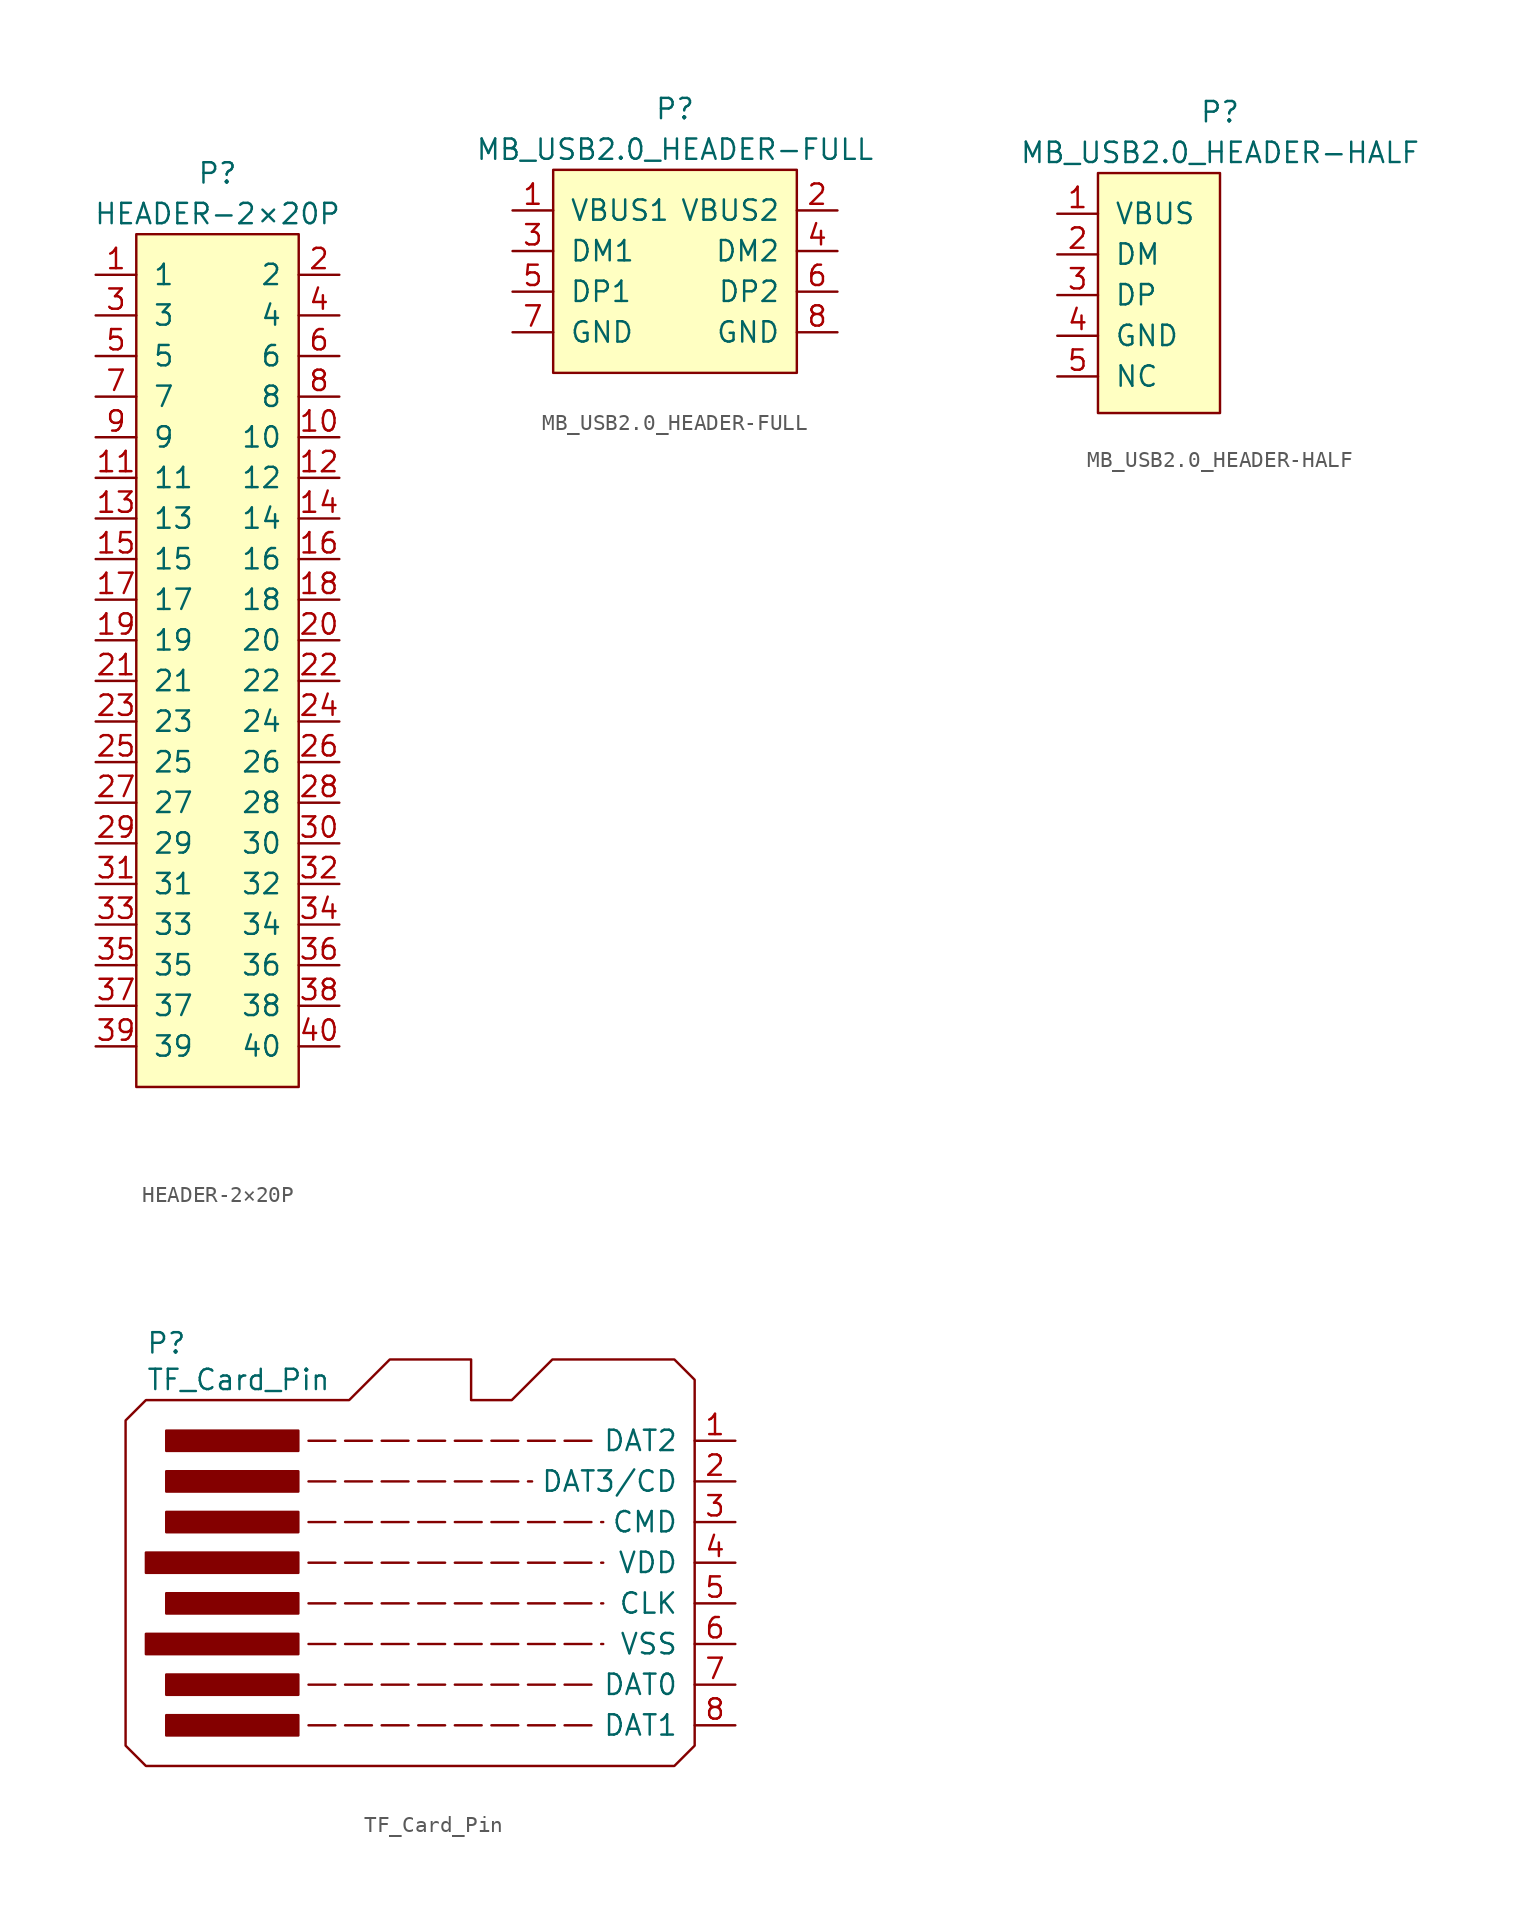
<source format=kicad_sym>
(kicad_symbol_lib
  (version 20231120)
  (generator "kicad_symbol_editor")
  (generator_version "8.0")
  (symbol "HEADER-2×20P"
    (pin_names
      (offset 1.016))
    (property "Reference" "P"
      (at 0 30.48 0)
      (effects (font (size 1.27 1.27))))
    (property "Value" "HEADER-2×20P"
      (at 0 27.94 0)
      (effects (font (size 1.27 1.27))))
    (symbol "HEADER-2×20P_0_1"
      (rectangle (start -5.08 26.67) (end 5.08 -26.67) (stroke (width 0) (type default)) (fill (type background))))
    (symbol "HEADER-2×20P_1_1"
      (pin passive line (at -7.62 24.13 0) (length 2.54) (name "1" (effects (font (size 1.27 1.27)))) (number "1" (effects (font (size 1.27 1.27)))))
      (pin passive line (at 7.62 13.97 180) (length 2.54) (name "10" (effects (font (size 1.27 1.27)))) (number "10" (effects (font (size 1.27 1.27)))))
      (pin passive line (at -7.62 11.43 0) (length 2.54) (name "11" (effects (font (size 1.27 1.27)))) (number "11" (effects (font (size 1.27 1.27)))))
      (pin passive line (at 7.62 11.43 180) (length 2.54) (name "12" (effects (font (size 1.27 1.27)))) (number "12" (effects (font (size 1.27 1.27)))))
      (pin passive line (at -7.62 8.89 0) (length 2.54) (name "13" (effects (font (size 1.27 1.27)))) (number "13" (effects (font (size 1.27 1.27)))))
      (pin passive line (at 7.62 8.89 180) (length 2.54) (name "14" (effects (font (size 1.27 1.27)))) (number "14" (effects (font (size 1.27 1.27)))))
      (pin passive line (at -7.62 6.35 0) (length 2.54) (name "15" (effects (font (size 1.27 1.27)))) (number "15" (effects (font (size 1.27 1.27)))))
      (pin passive line (at 7.62 6.35 180) (length 2.54) (name "16" (effects (font (size 1.27 1.27)))) (number "16" (effects (font (size 1.27 1.27)))))
      (pin passive line (at -7.62 3.81 0) (length 2.54) (name "17" (effects (font (size 1.27 1.27)))) (number "17" (effects (font (size 1.27 1.27)))))
      (pin passive line (at 7.62 3.81 180) (length 2.54) (name "18" (effects (font (size 1.27 1.27)))) (number "18" (effects (font (size 1.27 1.27)))))
      (pin passive line (at -7.62 1.27 0) (length 2.54) (name "19" (effects (font (size 1.27 1.27)))) (number "19" (effects (font (size 1.27 1.27)))))
      (pin passive line (at 7.62 24.13 180) (length 2.54) (name "2" (effects (font (size 1.27 1.27)))) (number "2" (effects (font (size 1.27 1.27)))))
      (pin passive line (at 7.62 1.27 180) (length 2.54) (name "20" (effects (font (size 1.27 1.27)))) (number "20" (effects (font (size 1.27 1.27)))))
      (pin passive line (at -7.62 -1.27 0) (length 2.54) (name "21" (effects (font (size 1.27 1.27)))) (number "21" (effects (font (size 1.27 1.27)))))
      (pin passive line (at 7.62 -1.27 180) (length 2.54) (name "22" (effects (font (size 1.27 1.27)))) (number "22" (effects (font (size 1.27 1.27)))))
      (pin passive line (at -7.62 -3.81 0) (length 2.54) (name "23" (effects (font (size 1.27 1.27)))) (number "23" (effects (font (size 1.27 1.27)))))
      (pin passive line (at 7.62 -3.81 180) (length 2.54) (name "24" (effects (font (size 1.27 1.27)))) (number "24" (effects (font (size 1.27 1.27)))))
      (pin passive line (at -7.62 -6.35 0) (length 2.54) (name "25" (effects (font (size 1.27 1.27)))) (number "25" (effects (font (size 1.27 1.27)))))
      (pin passive line (at 7.62 -6.35 180) (length 2.54) (name "26" (effects (font (size 1.27 1.27)))) (number "26" (effects (font (size 1.27 1.27)))))
      (pin passive line (at -7.62 -8.89 0) (length 2.54) (name "27" (effects (font (size 1.27 1.27)))) (number "27" (effects (font (size 1.27 1.27)))))
      (pin passive line (at 7.62 -8.89 180) (length 2.54) (name "28" (effects (font (size 1.27 1.27)))) (number "28" (effects (font (size 1.27 1.27)))))
      (pin passive line (at -7.62 -11.43 0) (length 2.54) (name "29" (effects (font (size 1.27 1.27)))) (number "29" (effects (font (size 1.27 1.27)))))
      (pin passive line (at -7.62 21.59 0) (length 2.54) (name "3" (effects (font (size 1.27 1.27)))) (number "3" (effects (font (size 1.27 1.27)))))
      (pin passive line (at 7.62 -11.43 180) (length 2.54) (name "30" (effects (font (size 1.27 1.27)))) (number "30" (effects (font (size 1.27 1.27)))))
      (pin passive line (at -7.62 -13.97 0) (length 2.54) (name "31" (effects (font (size 1.27 1.27)))) (number "31" (effects (font (size 1.27 1.27)))))
      (pin passive line (at 7.62 -13.97 180) (length 2.54) (name "32" (effects (font (size 1.27 1.27)))) (number "32" (effects (font (size 1.27 1.27)))))
      (pin passive line (at -7.62 -16.51 0) (length 2.54) (name "33" (effects (font (size 1.27 1.27)))) (number "33" (effects (font (size 1.27 1.27)))))
      (pin passive line (at 7.62 -16.51 180) (length 2.54) (name "34" (effects (font (size 1.27 1.27)))) (number "34" (effects (font (size 1.27 1.27)))))
      (pin passive line (at -7.62 -19.05 0) (length 2.54) (name "35" (effects (font (size 1.27 1.27)))) (number "35" (effects (font (size 1.27 1.27)))))
      (pin passive line (at 7.62 -19.05 180) (length 2.54) (name "36" (effects (font (size 1.27 1.27)))) (number "36" (effects (font (size 1.27 1.27)))))
      (pin passive line (at -7.62 -21.59 0) (length 2.54) (name "37" (effects (font (size 1.27 1.27)))) (number "37" (effects (font (size 1.27 1.27)))))
      (pin passive line (at 7.62 -21.59 180) (length 2.54) (name "38" (effects (font (size 1.27 1.27)))) (number "38" (effects (font (size 1.27 1.27)))))
      (pin passive line (at -7.62 -24.13 0) (length 2.54) (name "39" (effects (font (size 1.27 1.27)))) (number "39" (effects (font (size 1.27 1.27)))))
      (pin passive line (at 7.62 21.59 180) (length 2.54) (name "4" (effects (font (size 1.27 1.27)))) (number "4" (effects (font (size 1.27 1.27)))))
      (pin passive line (at 7.62 -24.13 180) (length 2.54) (name "40" (effects (font (size 1.27 1.27)))) (number "40" (effects (font (size 1.27 1.27)))))
      (pin passive line (at -7.62 19.05 0) (length 2.54) (name "5" (effects (font (size 1.27 1.27)))) (number "5" (effects (font (size 1.27 1.27)))))
      (pin passive line (at 7.62 19.05 180) (length 2.54) (name "6" (effects (font (size 1.27 1.27)))) (number "6" (effects (font (size 1.27 1.27)))))
      (pin passive line (at -7.62 16.51 0) (length 2.54) (name "7" (effects (font (size 1.27 1.27)))) (number "7" (effects (font (size 1.27 1.27)))))
      (pin passive line (at 7.62 16.51 180) (length 2.54) (name "8" (effects (font (size 1.27 1.27)))) (number "8" (effects (font (size 1.27 1.27)))))
      (pin passive line (at -7.62 13.97 0) (length 2.54) (name "9" (effects (font (size 1.27 1.27)))) (number "9" (effects (font (size 1.27 1.27)))))))
  (symbol "MB_USB2.0_HEADER-FULL"
    (pin_names
      (offset 1.016))
    (property "Reference" "P"
      (at 0 10.16 0)
      (effects (font (size 1.27 1.27))))
    (property "Value" "MB_USB2.0_HEADER-FULL"
      (at 0 7.62 0)
      (effects (font (size 1.27 1.27))))
    (symbol "MB_USB2.0_HEADER-FULL_0_1"
      (rectangle (start -7.62 6.35) (end 7.62 -6.35) (stroke (width 0) (type default)) (fill (type background))))
    (symbol "MB_USB2.0_HEADER-FULL_1_1"
      (pin passive line (at -10.16 3.81 0) (length 2.54) (name "VBUS1" (effects (font (size 1.27 1.27)))) (number "1" (effects (font (size 1.27 1.27)))))
      (pin passive line (at 10.16 -3.81 180) (length 2.54) hide (name "GND" (effects (font (size 1.27 1.27)))) (number "10" (effects (font (size 1.27 1.27)))))
      (pin passive line (at 10.16 3.81 180) (length 2.54) (name "VBUS2" (effects (font (size 1.27 1.27)))) (number "2" (effects (font (size 1.27 1.27)))))
      (pin passive line (at -10.16 1.27 0) (length 2.54) (name "DM1" (effects (font (size 1.27 1.27)))) (number "3" (effects (font (size 1.27 1.27)))))
      (pin passive line (at 10.16 1.27 180) (length 2.54) (name "DM2" (effects (font (size 1.27 1.27)))) (number "4" (effects (font (size 1.27 1.27)))))
      (pin passive line (at -10.16 -1.27 0) (length 2.54) (name "DP1" (effects (font (size 1.27 1.27)))) (number "5" (effects (font (size 1.27 1.27)))))
      (pin passive line (at 10.16 -1.27 180) (length 2.54) (name "DP2" (effects (font (size 1.27 1.27)))) (number "6" (effects (font (size 1.27 1.27)))))
      (pin passive line (at -10.16 -3.81 0) (length 2.54) (name "GND" (effects (font (size 1.27 1.27)))) (number "7" (effects (font (size 1.27 1.27)))))
      (pin passive line (at 10.16 -3.81 180) (length 2.54) (name "GND" (effects (font (size 1.27 1.27)))) (number "8" (effects (font (size 1.27 1.27)))))
      (pin passive line (at -10.16 -6.35 0) (length 2.54) hide (name "NC" (effects (font (size 1.27 1.27)))) (number "9" (effects (font (size 1.27 1.27)))))))
  (symbol "MB_USB2.0_HEADER-HALF"
    (pin_names
      (offset 1.016))
    (property "Reference" "P"
      (at 5.08 11.43 0)
      (effects (font (size 1.27 1.27))))
    (property "Value" "MB_USB2.0_HEADER-HALF"
      (at 5.08 8.89 0)
      (effects (font (size 1.27 1.27))))
    (symbol "MB_USB2.0_HEADER-HALF_0_1"
      (rectangle (start -2.54 7.62) (end 5.08 -7.366) (stroke (width 0) (type default)) (fill (type background))))
    (symbol "MB_USB2.0_HEADER-HALF_1_1"
      (pin passive line (at -5.08 5.08 0) (length 2.54) (name "VBUS" (effects (font (size 1.27 1.27)))) (number "1" (effects (font (size 1.27 1.27)))))
      (pin passive line (at -5.08 2.54 0) (length 2.54) (name "DM" (effects (font (size 1.27 1.27)))) (number "2" (effects (font (size 1.27 1.27)))))
      (pin passive line (at -5.08 0 0) (length 2.54) (name "DP" (effects (font (size 1.27 1.27)))) (number "3" (effects (font (size 1.27 1.27)))))
      (pin passive line (at -5.08 -2.54 0) (length 2.54) (name "GND" (effects (font (size 1.27 1.27)))) (number "4" (effects (font (size 1.27 1.27)))))
      (pin passive line (at -5.08 -5.08 0) (length 2.54) (name "NC" (effects (font (size 1.27 1.27)))) (number "5" (effects (font (size 1.27 1.27)))))))
  (symbol "TF_Card_Pin"
    (pin_names
      (offset 1.016))
    (property "Reference" "P"
      (at -34.29 13.716 0)
      (effects (font (size 1.27 1.27)) (justify left)))
    (property "Value" "TF_Card_Pin"
      (at -34.29 11.43 0)
      (effects (font (size 1.27 1.27)) (justify left)))
    (symbol "TF_Card_Pin_0_1"
      (polyline (pts (xy -34.29 10.16) (xy -35.56 8.89) (xy -35.56 -11.43) (xy -34.29 -12.7) (xy -1.27 -12.7) (xy 0 -11.43) (xy 0 11.43) (xy -1.27 12.7) (xy -8.89 12.7) (xy -11.43 10.16) (xy -13.97 10.16) (xy -13.97 12.7) (xy -19.05 12.7) (xy -21.59 10.16) (xy -34.29 10.16)) (stroke (width 0) (type default)) (fill (type none))))
    (symbol "TF_Card_Pin_1_1"
      (rectangle (start -34.29 -4.445) (end -24.765 -5.715) (stroke (width 0) (type default)) (fill (type outline)))
      (rectangle (start -34.29 0.635) (end -24.765 -0.635) (stroke (width 0) (type default)) (fill (type outline)))
      (rectangle (start -33.02 -9.525) (end -24.765 -10.795) (stroke (width 0) (type default)) (fill (type outline)))
      (rectangle (start -33.02 -6.985) (end -24.765 -8.255) (stroke (width 0) (type default)) (fill (type outline)))
      (rectangle (start -33.02 -1.905) (end -24.765 -3.175) (stroke (width 0) (type default)) (fill (type outline)))
      (rectangle (start -33.02 3.175) (end -24.765 1.905) (stroke (width 0) (type default)) (fill (type outline)))
      (rectangle (start -33.02 5.715) (end -24.765 4.445) (stroke (width 0) (type default)) (fill (type outline)))
      (rectangle (start -33.02 8.255) (end -24.765 6.985) (stroke (width 0) (type default)) (fill (type outline)))
      (polyline (pts (xy -24.13 -10.16) (xy -6.35 -10.16)) (stroke (width 0) (type dash)) (fill (type none)))
      (polyline (pts (xy -24.13 -7.62) (xy -6.35 -7.62)) (stroke (width 0) (type dash)) (fill (type none)))
      (polyline (pts (xy -24.13 -5.08) (xy -5.715 -5.08)) (stroke (width 0) (type dash)) (fill (type none)))
      (polyline (pts (xy -24.13 -2.54) (xy -5.715 -2.54)) (stroke (width 0) (type dash)) (fill (type none)))
      (polyline (pts (xy -24.13 0) (xy -5.715 0)) (stroke (width 0) (type dash)) (fill (type none)))
      (polyline (pts (xy -24.13 2.54) (xy -5.715 2.54)) (stroke (width 0) (type dash)) (fill (type none)))
      (polyline (pts (xy -24.13 5.08) (xy -10.16 5.08)) (stroke (width 0) (type dash)) (fill (type none)))
      (polyline (pts (xy -24.13 7.62) (xy -6.35 7.62)) (stroke (width 0) (type dash)) (fill (type none)))
      (pin bidirectional line (at 2.54 7.62 180) (length 2.54) (name "DAT2" (effects (font (size 1.27 1.27)))) (number "1" (effects (font (size 1.27 1.27)))))
      (pin bidirectional line (at 2.54 5.08 180) (length 2.54) (name "DAT3/CD" (effects (font (size 1.27 1.27)))) (number "2" (effects (font (size 1.27 1.27)))))
      (pin output line (at 2.54 2.54 180) (length 2.54) (name "CMD" (effects (font (size 1.27 1.27)))) (number "3" (effects (font (size 1.27 1.27)))))
      (pin power_in line (at 2.54 0 180) (length 2.54) (name "VDD" (effects (font (size 1.27 1.27)))) (number "4" (effects (font (size 1.27 1.27)))))
      (pin input line (at 2.54 -2.54 180) (length 2.54) (name "CLK" (effects (font (size 1.27 1.27)))) (number "5" (effects (font (size 1.27 1.27)))))
      (pin power_in line (at 2.54 -5.08 180) (length 2.54) (name "VSS" (effects (font (size 1.27 1.27)))) (number "6" (effects (font (size 1.27 1.27)))))
      (pin bidirectional line (at 2.54 -7.62 180) (length 2.54) (name "DAT0" (effects (font (size 1.27 1.27)))) (number "7" (effects (font (size 1.27 1.27)))))
      (pin passive line (at 2.54 -10.16 180) (length 2.54) (name "DAT1" (effects (font (size 1.27 1.27)))) (number "8" (effects (font (size 1.27 1.27))))))))
</source>
